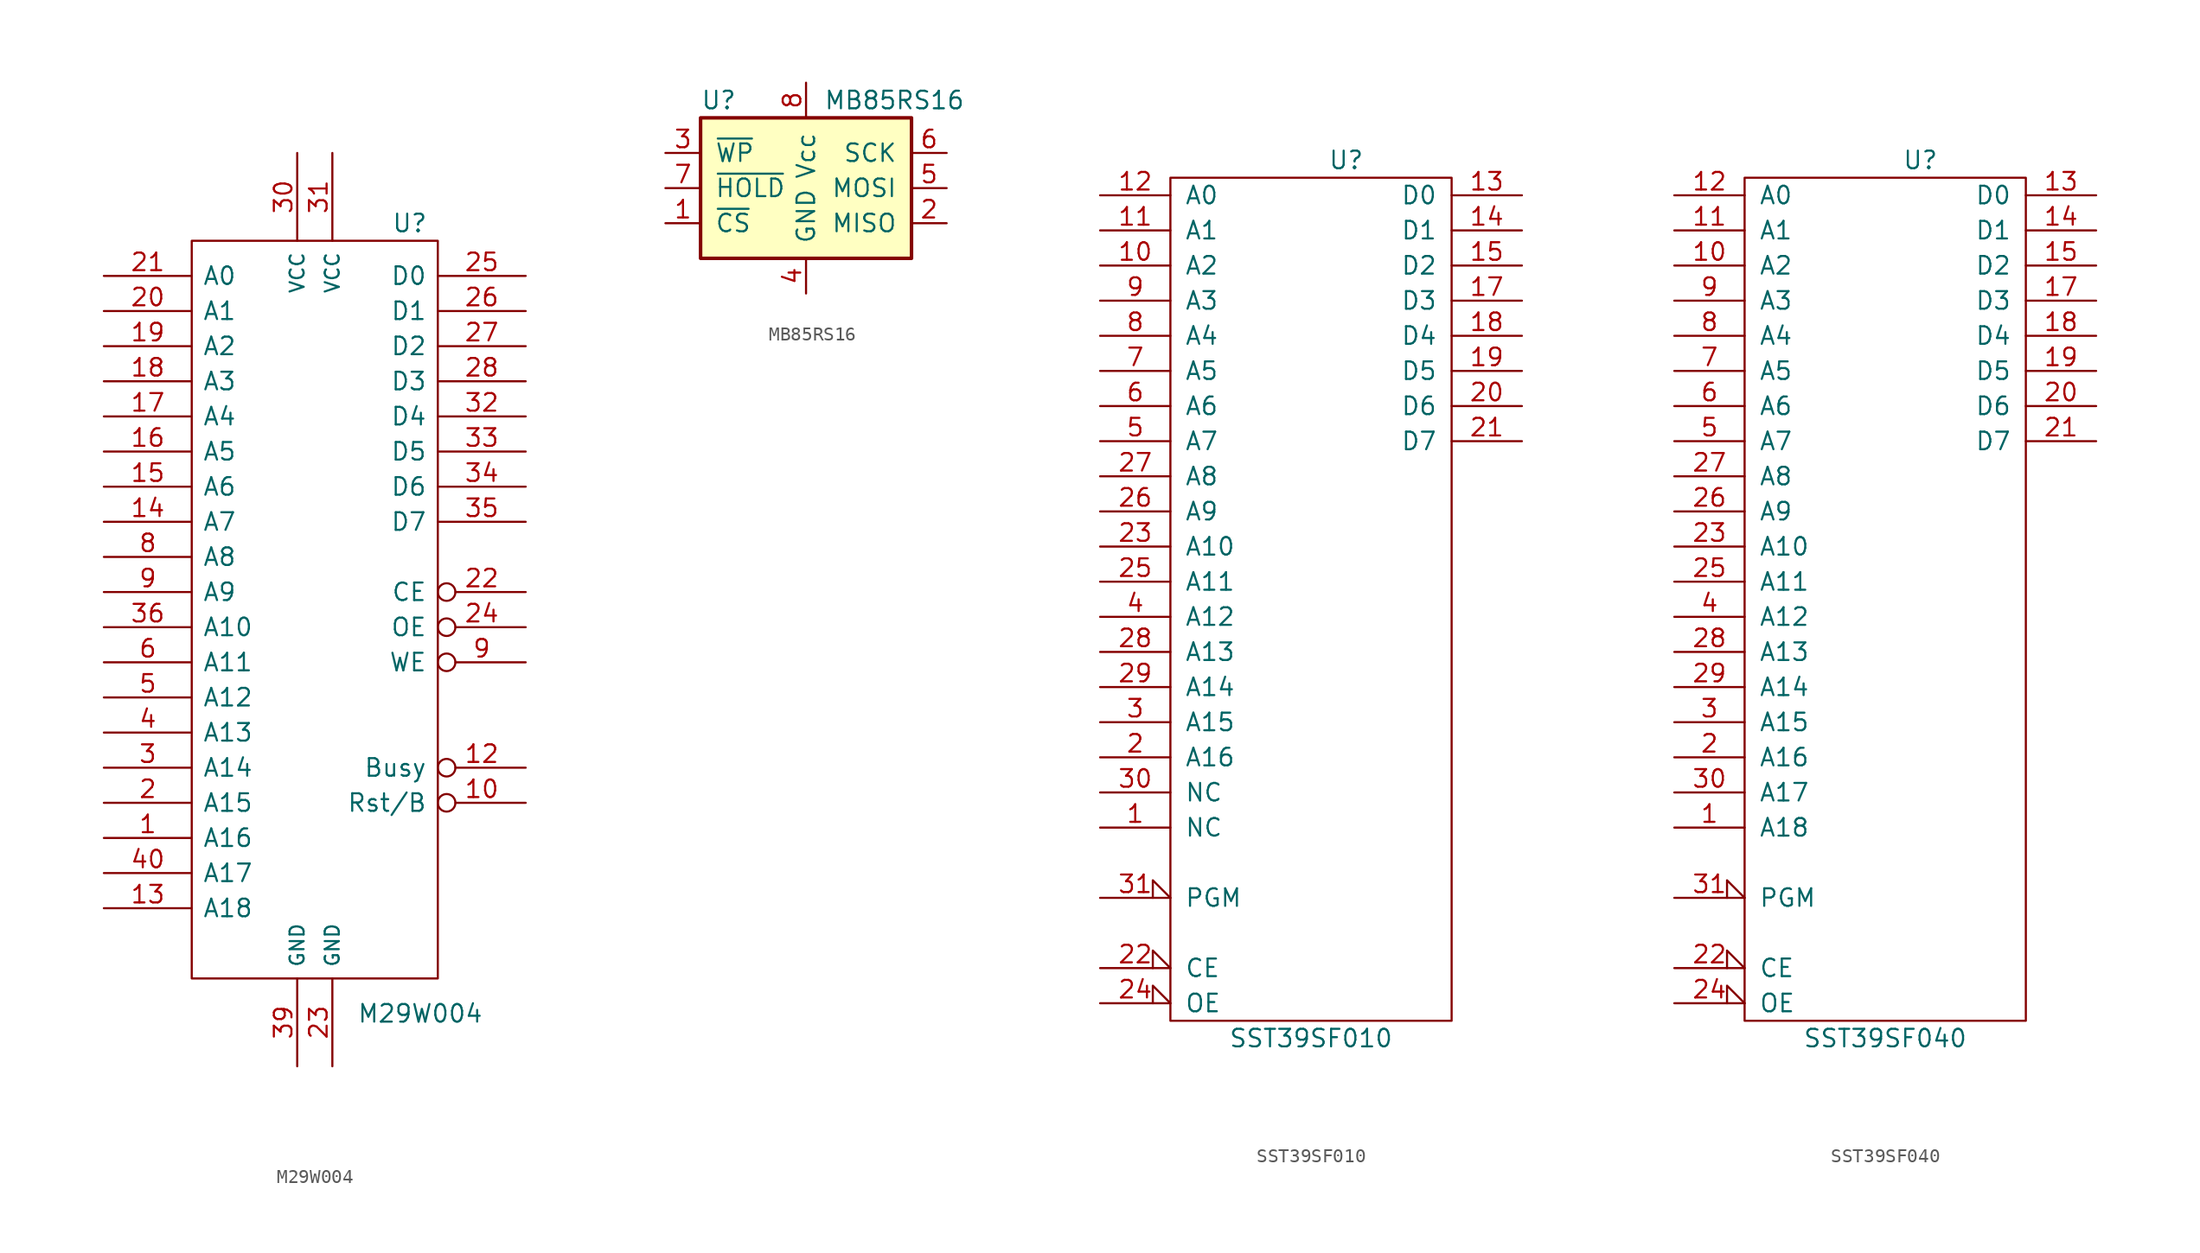
<source format=kicad_sym>
(kicad_symbol_lib
  (version 20231120)
  (generator "kicad_symbol_editor")
  (generator_version "8.0")
  (symbol "M29W004"
    (pin_names
      (offset 0.762))
    (property "Reference" "U"
      (at 6.858 27.94 0)
      (effects (font (size 1.27 1.27))))
    (property "Value" "M29W004"
      (at 7.62 -29.21 0)
      (effects (font (size 1.27 1.27))))
    (property "Footprint" ""
      (at 0 0 0)
      (effects (font (size 1.27 1.27))))
    (property "Datasheet" ""
      (at 0 0 0)
      (effects (font (size 1.27 1.27))))
    (symbol "M29W004_0_1"
      (rectangle (start -8.89 26.67) (end 8.89 -26.67) (stroke (width 0) (type solid)) (fill (type none))))
    (symbol "M29W004_1_1"
      (pin input line (at -15.24 -16.51 0) (length 6.35) (name "A16" (effects (font (size 1.27 1.27)))) (number "1" (effects (font (size 1.27 1.27)))))
      (pin input inverted (at 15.24 -13.97 180) (length 6.35) (name "Rst/B" (effects (font (size 1.27 1.27)))) (number "10" (effects (font (size 1.27 1.27)))))
      (pin output inverted (at 15.24 -11.43 180) (length 6.35) (name "Busy" (effects (font (size 1.27 1.27)))) (number "12" (effects (font (size 1.27 1.27)))))
      (pin input line (at -15.24 -21.59 0) (length 6.35) (name "A18" (effects (font (size 1.27 1.27)))) (number "13" (effects (font (size 1.27 1.27)))))
      (pin input line (at -15.24 6.35 0) (length 6.35) (name "A7" (effects (font (size 1.27 1.27)))) (number "14" (effects (font (size 1.27 1.27)))))
      (pin input line (at -15.24 8.89 0) (length 6.35) (name "A6" (effects (font (size 1.27 1.27)))) (number "15" (effects (font (size 1.27 1.27)))))
      (pin input line (at -15.24 11.43 0) (length 6.35) (name "A5" (effects (font (size 1.27 1.27)))) (number "16" (effects (font (size 1.27 1.27)))))
      (pin input line (at -15.24 13.97 0) (length 6.35) (name "A4" (effects (font (size 1.27 1.27)))) (number "17" (effects (font (size 1.27 1.27)))))
      (pin input line (at -15.24 16.51 0) (length 6.35) (name "A3" (effects (font (size 1.27 1.27)))) (number "18" (effects (font (size 1.27 1.27)))))
      (pin input line (at -15.24 19.05 0) (length 6.35) (name "A2" (effects (font (size 1.27 1.27)))) (number "19" (effects (font (size 1.27 1.27)))))
      (pin input line (at -15.24 -13.97 0) (length 6.35) (name "A15" (effects (font (size 1.27 1.27)))) (number "2" (effects (font (size 1.27 1.27)))))
      (pin input line (at -15.24 21.59 0) (length 6.35) (name "A1" (effects (font (size 1.27 1.27)))) (number "20" (effects (font (size 1.27 1.27)))))
      (pin input line (at -15.24 24.13 0) (length 6.35) (name "A0" (effects (font (size 1.27 1.27)))) (number "21" (effects (font (size 1.27 1.27)))))
      (pin input inverted (at 15.24 1.27 180) (length 6.35) (name "CE" (effects (font (size 1.27 1.27)))) (number "22" (effects (font (size 1.27 1.27)))))
      (pin power_in line (at 1.27 -33.02 90) (length 6.35) (name "GND" (effects (font (size 1.016 1.016)))) (number "23" (effects (font (size 1.27 1.27)))))
      (pin input inverted (at 15.24 -1.27 180) (length 6.35) (name "OE" (effects (font (size 1.27 1.27)))) (number "24" (effects (font (size 1.27 1.27)))))
      (pin tri_state line (at 15.24 24.13 180) (length 6.35) (name "D0" (effects (font (size 1.27 1.27)))) (number "25" (effects (font (size 1.27 1.27)))))
      (pin tri_state line (at 15.24 21.59 180) (length 6.35) (name "D1" (effects (font (size 1.27 1.27)))) (number "26" (effects (font (size 1.27 1.27)))))
      (pin tri_state line (at 15.24 19.05 180) (length 6.35) (name "D2" (effects (font (size 1.27 1.27)))) (number "27" (effects (font (size 1.27 1.27)))))
      (pin tri_state line (at 15.24 16.51 180) (length 6.35) (name "D3" (effects (font (size 1.27 1.27)))) (number "28" (effects (font (size 1.27 1.27)))))
      (pin input line (at -15.24 -11.43 0) (length 6.35) (name "A14" (effects (font (size 1.27 1.27)))) (number "3" (effects (font (size 1.27 1.27)))))
      (pin power_in line (at -1.27 33.02 270) (length 6.35) (name "VCC" (effects (font (size 1.016 1.016)))) (number "30" (effects (font (size 1.27 1.27)))))
      (pin power_in line (at 1.27 33.02 270) (length 6.35) (name "VCC" (effects (font (size 1.016 1.016)))) (number "31" (effects (font (size 1.27 1.27)))))
      (pin tri_state line (at 15.24 13.97 180) (length 6.35) (name "D4" (effects (font (size 1.27 1.27)))) (number "32" (effects (font (size 1.27 1.27)))))
      (pin tri_state line (at 15.24 11.43 180) (length 6.35) (name "D5" (effects (font (size 1.27 1.27)))) (number "33" (effects (font (size 1.27 1.27)))))
      (pin tri_state line (at 15.24 8.89 180) (length 6.35) (name "D6" (effects (font (size 1.27 1.27)))) (number "34" (effects (font (size 1.27 1.27)))))
      (pin tri_state line (at 15.24 6.35 180) (length 6.35) (name "D7" (effects (font (size 1.27 1.27)))) (number "35" (effects (font (size 1.27 1.27)))))
      (pin input line (at -15.24 -1.27 0) (length 6.35) (name "A10" (effects (font (size 1.27 1.27)))) (number "36" (effects (font (size 1.27 1.27)))))
      (pin power_in line (at -1.27 -33.02 90) (length 6.35) (name "GND" (effects (font (size 1.016 1.016)))) (number "39" (effects (font (size 1.27 1.27)))))
      (pin input line (at -15.24 -8.89 0) (length 6.35) (name "A13" (effects (font (size 1.27 1.27)))) (number "4" (effects (font (size 1.27 1.27)))))
      (pin input line (at -15.24 -19.05 0) (length 6.35) (name "A17" (effects (font (size 1.27 1.27)))) (number "40" (effects (font (size 1.27 1.27)))))
      (pin input line (at -15.24 -6.35 0) (length 6.35) (name "A12" (effects (font (size 1.27 1.27)))) (number "5" (effects (font (size 1.27 1.27)))))
      (pin input line (at -15.24 -3.81 0) (length 6.35) (name "A11" (effects (font (size 1.27 1.27)))) (number "6" (effects (font (size 1.27 1.27)))))
      (pin input line (at -15.24 3.81 0) (length 6.35) (name "A8" (effects (font (size 1.27 1.27)))) (number "8" (effects (font (size 1.27 1.27)))))
      (pin input line (at -15.24 1.27 0) (length 6.35) (name "A9" (effects (font (size 1.27 1.27)))) (number "9" (effects (font (size 1.27 1.27)))))
      (pin input inverted (at 15.24 -3.81 180) (length 6.35) (name "WE" (effects (font (size 1.27 1.27)))) (number "9" (effects (font (size 1.27 1.27)))))))
  (symbol "MB85RS16"
    (pin_names
      (offset 1.016))
    (property "Reference" "U"
      (at -7.62 6.35 0)
      (effects (font (size 1.27 1.27)) (justify left)))
    (property "Value" "MB85RS16"
      (at 1.27 6.35 0)
      (effects (font (size 1.27 1.27)) (justify left)))
    (property "Footprint" ""
      (at -8.89 -1.27 0)
      (effects (font (size 1.27 1.27))))
    (property "Datasheet" ""
      (at -8.89 -1.27 0)
      (effects (font (size 1.27 1.27))))
    (symbol "MB85RS16_0_1"
      (rectangle (start -7.62 5.08) (end 7.62 -5.08) (stroke (width 0.254) (type solid)) (fill (type background))))
    (symbol "MB85RS16_1_1"
      (pin input line (at -10.16 -2.54 0) (length 2.54) (name "~{CS}" (effects (font (size 1.27 1.27)))) (number "1" (effects (font (size 1.27 1.27)))))
      (pin input line (at 10.16 -2.54 180) (length 2.54) (name "MISO" (effects (font (size 1.27 1.27)))) (number "2" (effects (font (size 1.27 1.27)))))
      (pin input line (at -10.16 2.54 0) (length 2.54) (name "~{WP}" (effects (font (size 1.27 1.27)))) (number "3" (effects (font (size 1.27 1.27)))))
      (pin power_in line (at 0 -7.62 90) (length 2.54) (name "GND" (effects (font (size 1.27 1.27)))) (number "4" (effects (font (size 1.27 1.27)))))
      (pin input line (at 10.16 0 180) (length 2.54) (name "MOSI" (effects (font (size 1.27 1.27)))) (number "5" (effects (font (size 1.27 1.27)))))
      (pin input line (at 10.16 2.54 180) (length 2.54) (name "SCK" (effects (font (size 1.27 1.27)))) (number "6" (effects (font (size 1.27 1.27)))))
      (pin input line (at -10.16 0 0) (length 2.54) (name "~{HOLD}" (effects (font (size 1.27 1.27)))) (number "7" (effects (font (size 1.27 1.27)))))
      (pin power_in line (at 0 7.62 270) (length 2.54) (name "Vcc" (effects (font (size 1.27 1.27)))) (number "8" (effects (font (size 1.27 1.27)))))))
  (symbol "SST39SF010"
    (pin_names
      (offset 1.016))
    (property "Reference" "U"
      (at 2.54 33.02 0)
      (effects (font (size 1.27 1.27))))
    (property "Value" "SST39SF010"
      (at 0 -30.48 0)
      (effects (font (size 1.27 1.27))))
    (property "Footprint" ""
      (at 0 7.62 0)
      (effects (font (size 1.27 1.27))))
    (property "Datasheet" ""
      (at 0 7.62 0)
      (effects (font (size 1.27 1.27))))
    (symbol "SST39SF010_0_0"
      (pin power_in line (at 0 -30.48 90) (length 1.27) hide (name "GND" (effects (font (size 1.27 1.27)))) (number "16" (effects (font (size 1.27 1.27)))))
      (pin power_in line (at 0 33.02 270) (length 1.27) hide (name "VCC" (effects (font (size 1.27 1.27)))) (number "32" (effects (font (size 1.27 1.27))))))
    (symbol "SST39SF010_0_1"
      (rectangle (start -10.16 31.75) (end 10.16 -29.21) (stroke (width 0) (type solid)) (fill (type none))))
    (symbol "SST39SF010_1_1"
      (pin input line (at -15.24 -15.24 0) (length 5.08) (name "NC" (effects (font (size 1.27 1.27)))) (number "1" (effects (font (size 1.27 1.27)))))
      (pin input line (at -15.24 25.4 0) (length 5.08) (name "A2" (effects (font (size 1.27 1.27)))) (number "10" (effects (font (size 1.27 1.27)))))
      (pin input line (at -15.24 27.94 0) (length 5.08) (name "A1" (effects (font (size 1.27 1.27)))) (number "11" (effects (font (size 1.27 1.27)))))
      (pin input line (at -15.24 30.48 0) (length 5.08) (name "A0" (effects (font (size 1.27 1.27)))) (number "12" (effects (font (size 1.27 1.27)))))
      (pin tri_state line (at 15.24 30.48 180) (length 5.08) (name "D0" (effects (font (size 1.27 1.27)))) (number "13" (effects (font (size 1.27 1.27)))))
      (pin tri_state line (at 15.24 27.94 180) (length 5.08) (name "D1" (effects (font (size 1.27 1.27)))) (number "14" (effects (font (size 1.27 1.27)))))
      (pin tri_state line (at 15.24 25.4 180) (length 5.08) (name "D2" (effects (font (size 1.27 1.27)))) (number "15" (effects (font (size 1.27 1.27)))))
      (pin tri_state line (at 15.24 22.86 180) (length 5.08) (name "D3" (effects (font (size 1.27 1.27)))) (number "17" (effects (font (size 1.27 1.27)))))
      (pin tri_state line (at 15.24 20.32 180) (length 5.08) (name "D4" (effects (font (size 1.27 1.27)))) (number "18" (effects (font (size 1.27 1.27)))))
      (pin tri_state line (at 15.24 17.78 180) (length 5.08) (name "D5" (effects (font (size 1.27 1.27)))) (number "19" (effects (font (size 1.27 1.27)))))
      (pin input line (at -15.24 -10.16 0) (length 5.08) (name "A16" (effects (font (size 1.27 1.27)))) (number "2" (effects (font (size 1.27 1.27)))))
      (pin tri_state line (at 15.24 15.24 180) (length 5.08) (name "D6" (effects (font (size 1.27 1.27)))) (number "20" (effects (font (size 1.27 1.27)))))
      (pin tri_state line (at 15.24 12.7 180) (length 5.08) (name "D7" (effects (font (size 1.27 1.27)))) (number "21" (effects (font (size 1.27 1.27)))))
      (pin input input_low (at -15.24 -25.4 0) (length 5.08) (name "CE" (effects (font (size 1.27 1.27)))) (number "22" (effects (font (size 1.27 1.27)))))
      (pin input line (at -15.24 5.08 0) (length 5.08) (name "A10" (effects (font (size 1.27 1.27)))) (number "23" (effects (font (size 1.27 1.27)))))
      (pin input input_low (at -15.24 -27.94 0) (length 5.08) (name "OE" (effects (font (size 1.27 1.27)))) (number "24" (effects (font (size 1.27 1.27)))))
      (pin input line (at -15.24 2.54 0) (length 5.08) (name "A11" (effects (font (size 1.27 1.27)))) (number "25" (effects (font (size 1.27 1.27)))))
      (pin input line (at -15.24 7.62 0) (length 5.08) (name "A9" (effects (font (size 1.27 1.27)))) (number "26" (effects (font (size 1.27 1.27)))))
      (pin input line (at -15.24 10.16 0) (length 5.08) (name "A8" (effects (font (size 1.27 1.27)))) (number "27" (effects (font (size 1.27 1.27)))))
      (pin input line (at -15.24 -2.54 0) (length 5.08) (name "A13" (effects (font (size 1.27 1.27)))) (number "28" (effects (font (size 1.27 1.27)))))
      (pin input line (at -15.24 -5.08 0) (length 5.08) (name "A14" (effects (font (size 1.27 1.27)))) (number "29" (effects (font (size 1.27 1.27)))))
      (pin input line (at -15.24 -7.62 0) (length 5.08) (name "A15" (effects (font (size 1.27 1.27)))) (number "3" (effects (font (size 1.27 1.27)))))
      (pin input line (at -15.24 -12.7 0) (length 5.08) (name "NC" (effects (font (size 1.27 1.27)))) (number "30" (effects (font (size 1.27 1.27)))))
      (pin input input_low (at -15.24 -20.32 0) (length 5.08) (name "PGM" (effects (font (size 1.27 1.27)))) (number "31" (effects (font (size 1.27 1.27)))))
      (pin input line (at -15.24 0 0) (length 5.08) (name "A12" (effects (font (size 1.27 1.27)))) (number "4" (effects (font (size 1.27 1.27)))))
      (pin input line (at -15.24 12.7 0) (length 5.08) (name "A7" (effects (font (size 1.27 1.27)))) (number "5" (effects (font (size 1.27 1.27)))))
      (pin input line (at -15.24 15.24 0) (length 5.08) (name "A6" (effects (font (size 1.27 1.27)))) (number "6" (effects (font (size 1.27 1.27)))))
      (pin input line (at -15.24 17.78 0) (length 5.08) (name "A5" (effects (font (size 1.27 1.27)))) (number "7" (effects (font (size 1.27 1.27)))))
      (pin input line (at -15.24 20.32 0) (length 5.08) (name "A4" (effects (font (size 1.27 1.27)))) (number "8" (effects (font (size 1.27 1.27)))))
      (pin input line (at -15.24 22.86 0) (length 5.08) (name "A3" (effects (font (size 1.27 1.27)))) (number "9" (effects (font (size 1.27 1.27)))))))
  (symbol "SST39SF040"
    (pin_names
      (offset 1.016))
    (property "Reference" "U"
      (at 2.54 33.02 0)
      (effects (font (size 1.27 1.27))))
    (property "Value" "SST39SF040"
      (at 0 -30.48 0)
      (effects (font (size 1.27 1.27))))
    (property "Footprint" ""
      (at 0 7.62 0)
      (effects (font (size 1.27 1.27))))
    (property "Datasheet" ""
      (at 0 7.62 0)
      (effects (font (size 1.27 1.27))))
    (symbol "SST39SF040_0_0"
      (pin power_in line (at 0 -30.48 90) (length 1.27) hide (name "GND" (effects (font (size 1.27 1.27)))) (number "16" (effects (font (size 1.27 1.27)))))
      (pin power_in line (at 0 33.02 270) (length 1.27) hide (name "VCC" (effects (font (size 1.27 1.27)))) (number "32" (effects (font (size 1.27 1.27))))))
    (symbol "SST39SF040_0_1"
      (rectangle (start -10.16 31.75) (end 10.16 -29.21) (stroke (width 0) (type solid)) (fill (type none))))
    (symbol "SST39SF040_1_1"
      (pin input line (at -15.24 -15.24 0) (length 5.08) (name "A18" (effects (font (size 1.27 1.27)))) (number "1" (effects (font (size 1.27 1.27)))))
      (pin input line (at -15.24 25.4 0) (length 5.08) (name "A2" (effects (font (size 1.27 1.27)))) (number "10" (effects (font (size 1.27 1.27)))))
      (pin input line (at -15.24 27.94 0) (length 5.08) (name "A1" (effects (font (size 1.27 1.27)))) (number "11" (effects (font (size 1.27 1.27)))))
      (pin input line (at -15.24 30.48 0) (length 5.08) (name "A0" (effects (font (size 1.27 1.27)))) (number "12" (effects (font (size 1.27 1.27)))))
      (pin tri_state line (at 15.24 30.48 180) (length 5.08) (name "D0" (effects (font (size 1.27 1.27)))) (number "13" (effects (font (size 1.27 1.27)))))
      (pin tri_state line (at 15.24 27.94 180) (length 5.08) (name "D1" (effects (font (size 1.27 1.27)))) (number "14" (effects (font (size 1.27 1.27)))))
      (pin tri_state line (at 15.24 25.4 180) (length 5.08) (name "D2" (effects (font (size 1.27 1.27)))) (number "15" (effects (font (size 1.27 1.27)))))
      (pin tri_state line (at 15.24 22.86 180) (length 5.08) (name "D3" (effects (font (size 1.27 1.27)))) (number "17" (effects (font (size 1.27 1.27)))))
      (pin tri_state line (at 15.24 20.32 180) (length 5.08) (name "D4" (effects (font (size 1.27 1.27)))) (number "18" (effects (font (size 1.27 1.27)))))
      (pin tri_state line (at 15.24 17.78 180) (length 5.08) (name "D5" (effects (font (size 1.27 1.27)))) (number "19" (effects (font (size 1.27 1.27)))))
      (pin input line (at -15.24 -10.16 0) (length 5.08) (name "A16" (effects (font (size 1.27 1.27)))) (number "2" (effects (font (size 1.27 1.27)))))
      (pin tri_state line (at 15.24 15.24 180) (length 5.08) (name "D6" (effects (font (size 1.27 1.27)))) (number "20" (effects (font (size 1.27 1.27)))))
      (pin tri_state line (at 15.24 12.7 180) (length 5.08) (name "D7" (effects (font (size 1.27 1.27)))) (number "21" (effects (font (size 1.27 1.27)))))
      (pin input input_low (at -15.24 -25.4 0) (length 5.08) (name "CE" (effects (font (size 1.27 1.27)))) (number "22" (effects (font (size 1.27 1.27)))))
      (pin input line (at -15.24 5.08 0) (length 5.08) (name "A10" (effects (font (size 1.27 1.27)))) (number "23" (effects (font (size 1.27 1.27)))))
      (pin input input_low (at -15.24 -27.94 0) (length 5.08) (name "OE" (effects (font (size 1.27 1.27)))) (number "24" (effects (font (size 1.27 1.27)))))
      (pin input line (at -15.24 2.54 0) (length 5.08) (name "A11" (effects (font (size 1.27 1.27)))) (number "25" (effects (font (size 1.27 1.27)))))
      (pin input line (at -15.24 7.62 0) (length 5.08) (name "A9" (effects (font (size 1.27 1.27)))) (number "26" (effects (font (size 1.27 1.27)))))
      (pin input line (at -15.24 10.16 0) (length 5.08) (name "A8" (effects (font (size 1.27 1.27)))) (number "27" (effects (font (size 1.27 1.27)))))
      (pin input line (at -15.24 -2.54 0) (length 5.08) (name "A13" (effects (font (size 1.27 1.27)))) (number "28" (effects (font (size 1.27 1.27)))))
      (pin input line (at -15.24 -5.08 0) (length 5.08) (name "A14" (effects (font (size 1.27 1.27)))) (number "29" (effects (font (size 1.27 1.27)))))
      (pin input line (at -15.24 -7.62 0) (length 5.08) (name "A15" (effects (font (size 1.27 1.27)))) (number "3" (effects (font (size 1.27 1.27)))))
      (pin input line (at -15.24 -12.7 0) (length 5.08) (name "A17" (effects (font (size 1.27 1.27)))) (number "30" (effects (font (size 1.27 1.27)))))
      (pin input input_low (at -15.24 -20.32 0) (length 5.08) (name "PGM" (effects (font (size 1.27 1.27)))) (number "31" (effects (font (size 1.27 1.27)))))
      (pin input line (at -15.24 0 0) (length 5.08) (name "A12" (effects (font (size 1.27 1.27)))) (number "4" (effects (font (size 1.27 1.27)))))
      (pin input line (at -15.24 12.7 0) (length 5.08) (name "A7" (effects (font (size 1.27 1.27)))) (number "5" (effects (font (size 1.27 1.27)))))
      (pin input line (at -15.24 15.24 0) (length 5.08) (name "A6" (effects (font (size 1.27 1.27)))) (number "6" (effects (font (size 1.27 1.27)))))
      (pin input line (at -15.24 17.78 0) (length 5.08) (name "A5" (effects (font (size 1.27 1.27)))) (number "7" (effects (font (size 1.27 1.27)))))
      (pin input line (at -15.24 20.32 0) (length 5.08) (name "A4" (effects (font (size 1.27 1.27)))) (number "8" (effects (font (size 1.27 1.27)))))
      (pin input line (at -15.24 22.86 0) (length 5.08) (name "A3" (effects (font (size 1.27 1.27)))) (number "9" (effects (font (size 1.27 1.27))))))))
</source>
